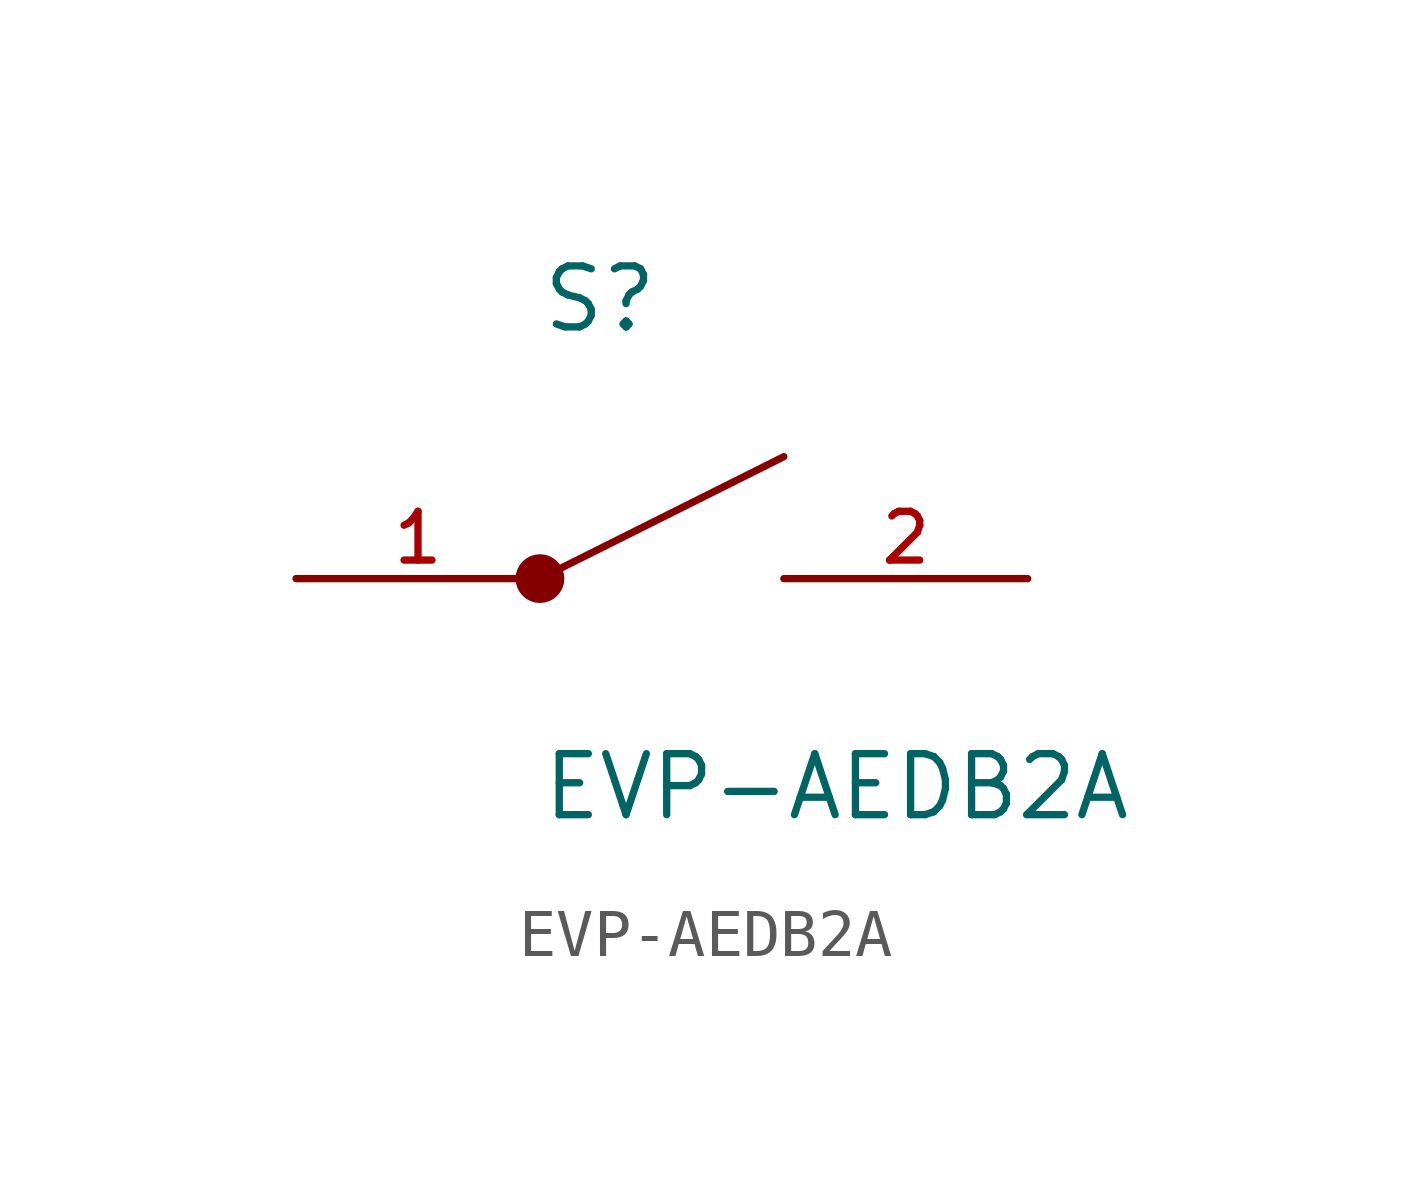
<source format=kicad_sym>
(kicad_symbol_lib
  (version 20211014)
  (generator kicad_symbol_editor)
  (symbol "EVP-AEDB2A"
    (pin_names
      (offset 1.016))
    (property "Reference" "S"
      (at -2.54 5.08 0)
      (effects (font (size 1.27 1.27)) (justify bottom left)))
    (property "Value" "EVP-AEDB2A"
      (at -2.54 -5.08 0)
      (effects (font (size 1.27 1.27)) (justify bottom left)))
    (symbol "EVP-AEDB2A_0_0"
      (polyline (pts (xy -2.54 0.0) (xy 2.54 2.54)) (stroke (width 0.152)))
      (circle (center -2.54 0.0) (radius 0.254) (stroke (width 0.508)) (fill (type none)))
      (pin passive line (at -7.62 0.0 0) (length 5.08) (name "~" (effects (font (size 1.016 1.016)))) (number "1" (effects (font (size 1.016 1.016)))))
      (pin passive line (at -7.62 0.0 0) (length 5.08) hide (name "~" (effects (font (size 1.016 1.016)))) (number "1_1" (effects (font (size 1.016 1.016)))))
      (pin passive line (at 7.62 0.0 180.0) (length 5.08) (name "~" (effects (font (size 1.016 1.016)))) (number "2" (effects (font (size 1.016 1.016))))))))
</source>
